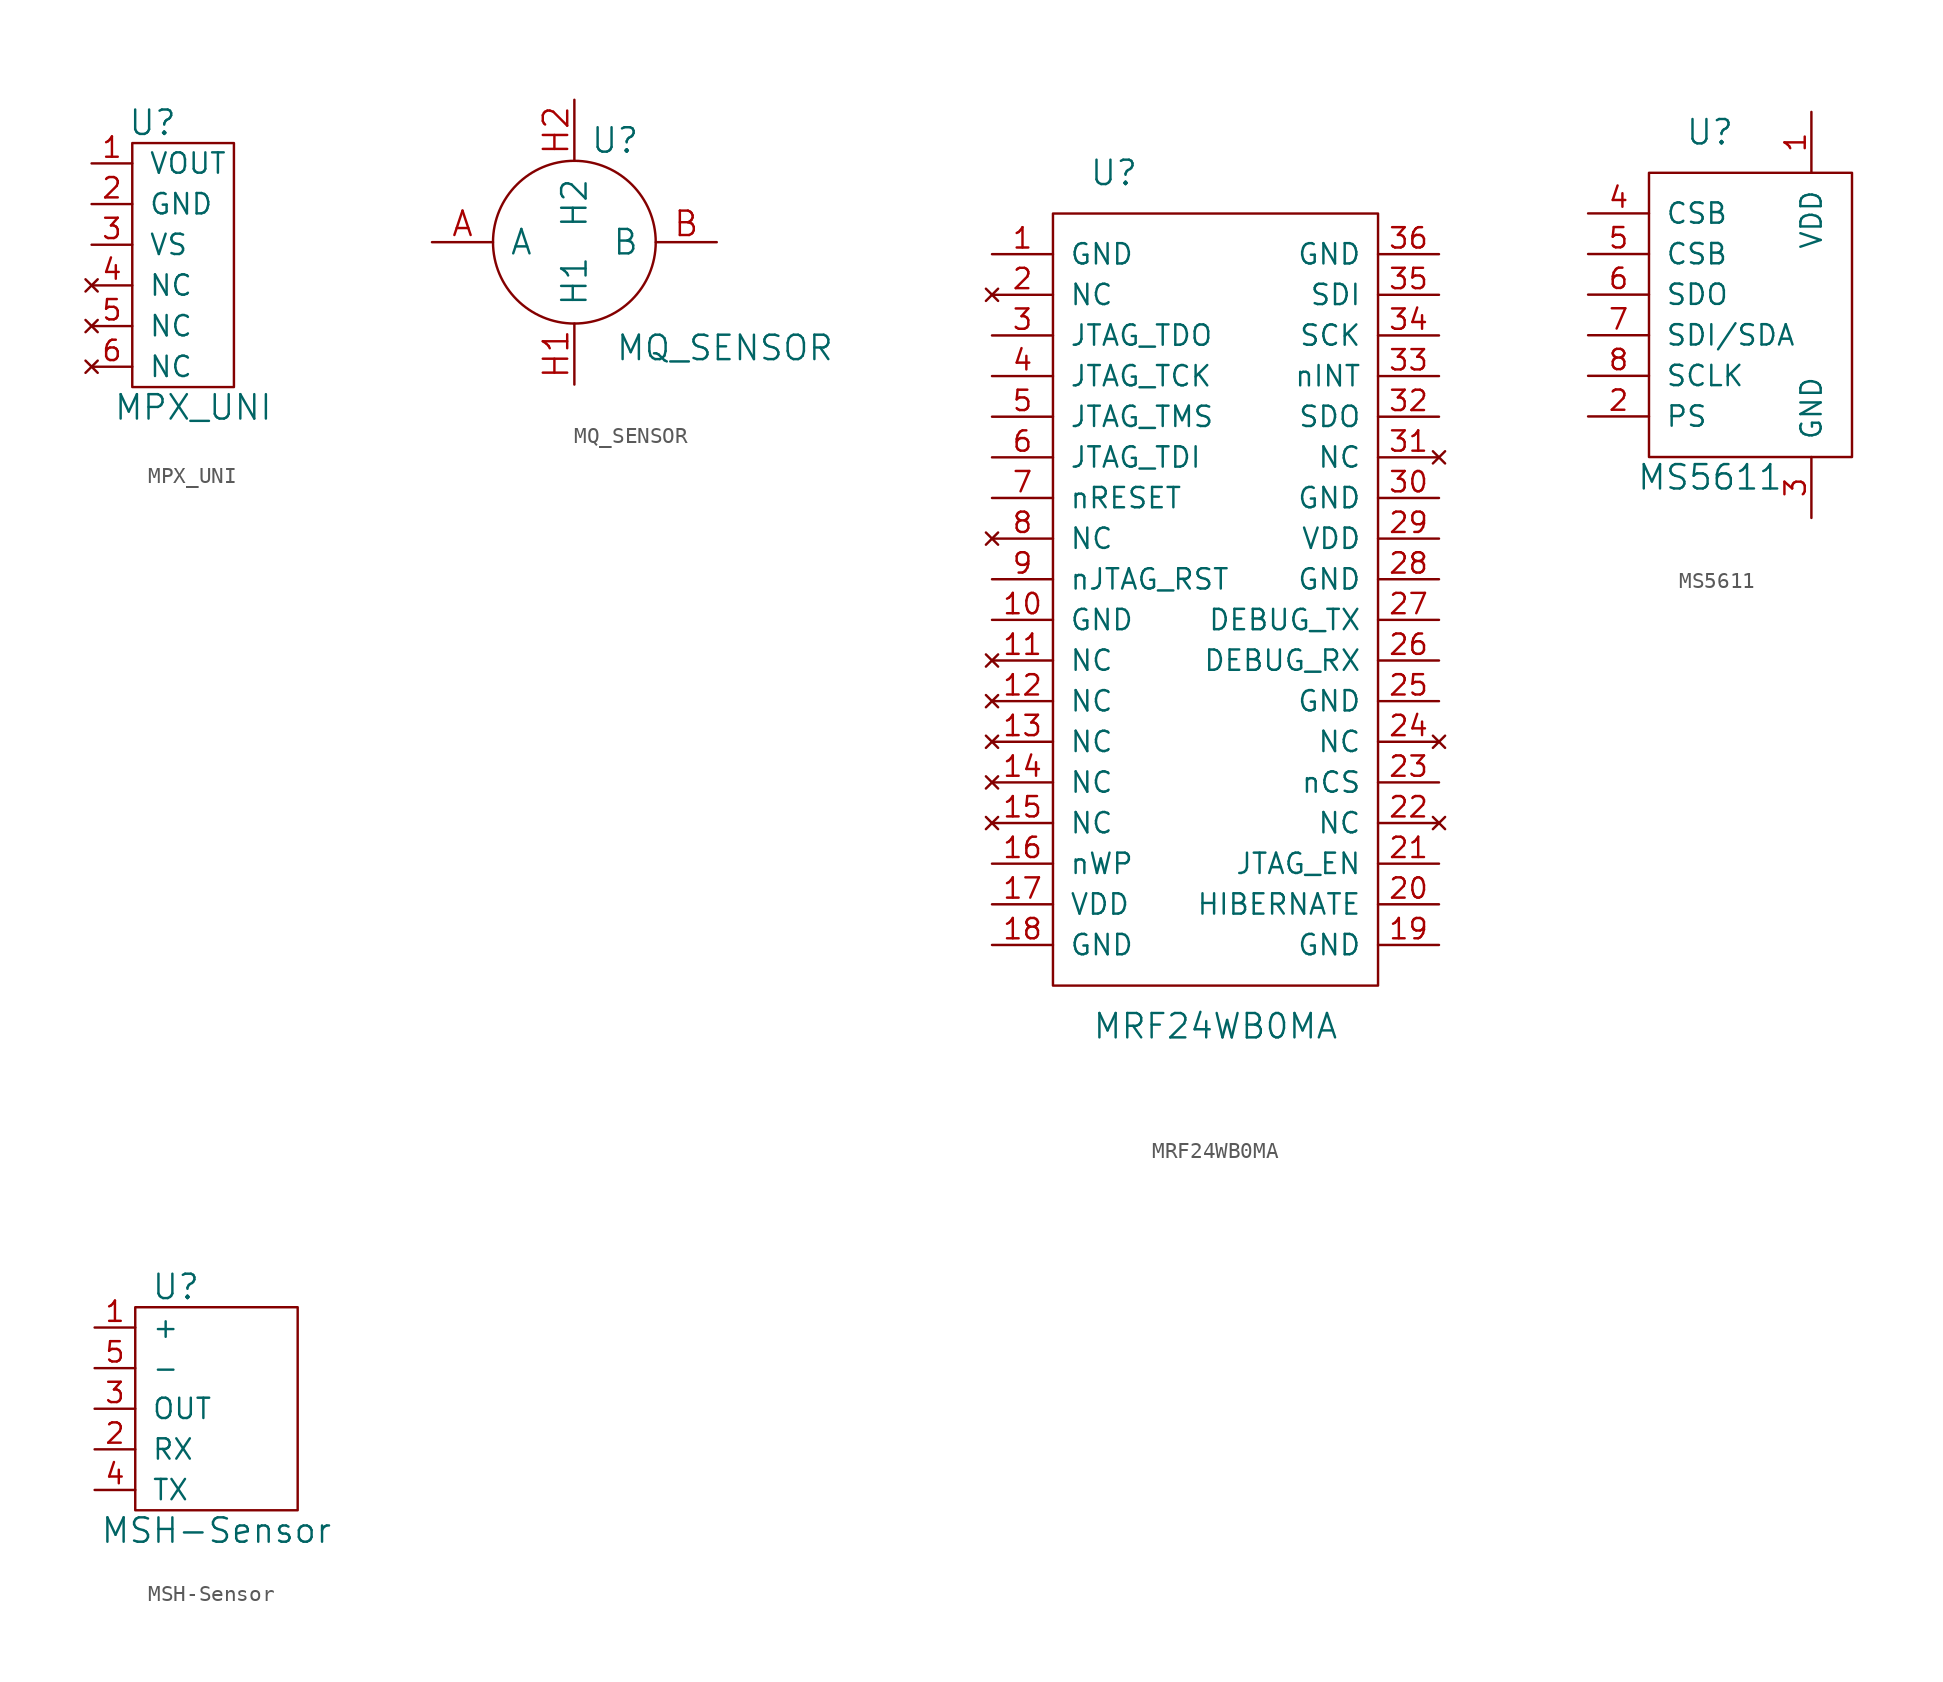
<source format=kicad_sym>
(kicad_symbol_lib
  (version 20210619)
  (generator kicad_symbol_editor)
  (symbol "tinkerforge:MPX_UNI"
    (pin_names
      (offset 1.016))
    (property "Reference" "U"
      (at 1.27 8.89 0)
      (effects (font (size 1.524 1.524))))
    (property "Value" "MPX_UNI"
      (at 3.81 -8.89 0)
      (effects (font (size 1.524 1.524))))
    (property "Footprint" ""
      (at 10.16 10.16 0)
      (effects (font (size 1.524 1.524))))
    (property "Datasheet" ""
      (at 10.16 10.16 0)
      (effects (font (size 1.524 1.524))))
    (symbol "MPX_UNI_0_1"
      (rectangle (start 0 7.62) (end 6.35 -7.62) (stroke (width 0)) (fill (type none))))
    (symbol "MPX_UNI_1_1"
      (pin passive line (at -2.54 6.35 0) (length 2.54) (name "VOUT" (effects (font (size 1.27 1.27)))) (number "1" (effects (font (size 1.27 1.27)))))
      (pin passive line (at -2.54 3.81 0) (length 2.54) (name "GND" (effects (font (size 1.27 1.27)))) (number "2" (effects (font (size 1.27 1.27)))))
      (pin passive line (at -2.54 1.27 0) (length 2.54) (name "VS" (effects (font (size 1.27 1.27)))) (number "3" (effects (font (size 1.27 1.27)))))
      (pin no_connect line (at -2.54 -1.27 0) (length 2.54) (name "NC" (effects (font (size 1.27 1.27)))) (number "4" (effects (font (size 1.27 1.27)))))
      (pin no_connect line (at -2.54 -3.81 0) (length 2.54) (name "NC" (effects (font (size 1.27 1.27)))) (number "5" (effects (font (size 1.27 1.27)))))
      (pin no_connect line (at -2.54 -6.35 0) (length 2.54) (name "NC" (effects (font (size 1.27 1.27)))) (number "6" (effects (font (size 1.27 1.27)))))))
  (symbol "tinkerforge:MQ_SENSOR"
    (pin_names
      (offset 1.016))
    (property "Reference" "U"
      (at 2.54 6.35 0)
      (effects (font (size 1.524 1.524))))
    (property "Value" "MQ_SENSOR"
      (at 9.398 -6.604 0)
      (effects (font (size 1.524 1.524))))
    (property "Footprint" ""
      (at 0 0 0)
      (effects (font (size 1.524 1.524))))
    (property "Datasheet" ""
      (at 0 0 0)
      (effects (font (size 1.524 1.524))))
    (symbol "MQ_SENSOR_0_1"
      (circle (center 0 0) (radius 5.08) (stroke (width 0)) (fill (type none))))
    (symbol "MQ_SENSOR_1_1"
      (pin passive line (at -8.89 0 0) (length 3.81) (name "A" (effects (font (size 1.524 1.524)))) (number "A" (effects (font (size 1.524 1.524)))))
      (pin passive line (at 8.89 0 180) (length 3.81) (name "B" (effects (font (size 1.524 1.524)))) (number "B" (effects (font (size 1.524 1.524)))))
      (pin passive line (at 0 -8.89 90) (length 3.81) (name "H1" (effects (font (size 1.524 1.524)))) (number "H1" (effects (font (size 1.524 1.524)))))
      (pin passive line (at 0 8.89 270) (length 3.81) (name "H2" (effects (font (size 1.524 1.524)))) (number "H2" (effects (font (size 1.524 1.524)))))))
  (symbol "tinkerforge:MRF24WB0MA"
    (pin_names
      (offset 1.016))
    (property "Reference" "U"
      (at -6.35 26.67 0)
      (effects (font (size 1.524 1.524))))
    (property "Value" "MRF24WB0MA"
      (at 0 -26.67 0)
      (effects (font (size 1.524 1.524))))
    (property "Footprint" ""
      (at 0 0 0)
      (effects (font (size 1.524 1.524))))
    (property "Datasheet" ""
      (at 0 0 0)
      (effects (font (size 1.524 1.524))))
    (symbol "MRF24WB0MA_0_1"
      (rectangle (start 10.16 -24.13) (end -10.16 24.13) (stroke (width 0)) (fill (type none))))
    (symbol "MRF24WB0MA_1_1"
      (pin passive line (at -13.97 21.59 0) (length 3.81) (name "GND" (effects (font (size 1.27 1.27)))) (number "1" (effects (font (size 1.27 1.27)))))
      (pin passive line (at -13.97 -1.27 0) (length 3.81) (name "GND" (effects (font (size 1.27 1.27)))) (number "10" (effects (font (size 1.27 1.27)))))
      (pin no_connect line (at -13.97 -3.81 0) (length 3.81) (name "NC" (effects (font (size 1.27 1.27)))) (number "11" (effects (font (size 1.27 1.27)))))
      (pin no_connect line (at -13.97 -6.35 0) (length 3.81) (name "NC" (effects (font (size 1.27 1.27)))) (number "12" (effects (font (size 1.27 1.27)))))
      (pin no_connect line (at -13.97 -8.89 0) (length 3.81) (name "NC" (effects (font (size 1.27 1.27)))) (number "13" (effects (font (size 1.27 1.27)))))
      (pin no_connect line (at -13.97 -11.43 0) (length 3.81) (name "NC" (effects (font (size 1.27 1.27)))) (number "14" (effects (font (size 1.27 1.27)))))
      (pin no_connect line (at -13.97 -13.97 0) (length 3.81) (name "NC" (effects (font (size 1.27 1.27)))) (number "15" (effects (font (size 1.27 1.27)))))
      (pin passive line (at -13.97 -16.51 0) (length 3.81) (name "nWP" (effects (font (size 1.27 1.27)))) (number "16" (effects (font (size 1.27 1.27)))))
      (pin passive line (at -13.97 -19.05 0) (length 3.81) (name "VDD" (effects (font (size 1.27 1.27)))) (number "17" (effects (font (size 1.27 1.27)))))
      (pin passive line (at -13.97 -21.59 0) (length 3.81) (name "GND" (effects (font (size 1.27 1.27)))) (number "18" (effects (font (size 1.27 1.27)))))
      (pin passive line (at 13.97 -21.59 180) (length 3.81) (name "GND" (effects (font (size 1.27 1.27)))) (number "19" (effects (font (size 1.27 1.27)))))
      (pin no_connect line (at -13.97 19.05 0) (length 3.81) (name "NC" (effects (font (size 1.27 1.27)))) (number "2" (effects (font (size 1.27 1.27)))))
      (pin passive line (at 13.97 -19.05 180) (length 3.81) (name "HIBERNATE" (effects (font (size 1.27 1.27)))) (number "20" (effects (font (size 1.27 1.27)))))
      (pin passive line (at 13.97 -16.51 180) (length 3.81) (name "JTAG_EN" (effects (font (size 1.27 1.27)))) (number "21" (effects (font (size 1.27 1.27)))))
      (pin no_connect line (at 13.97 -13.97 180) (length 3.81) (name "NC" (effects (font (size 1.27 1.27)))) (number "22" (effects (font (size 1.27 1.27)))))
      (pin passive line (at 13.97 -11.43 180) (length 3.81) (name "nCS" (effects (font (size 1.27 1.27)))) (number "23" (effects (font (size 1.27 1.27)))))
      (pin no_connect line (at 13.97 -8.89 180) (length 3.81) (name "NC" (effects (font (size 1.27 1.27)))) (number "24" (effects (font (size 1.27 1.27)))))
      (pin passive line (at 13.97 -6.35 180) (length 3.81) (name "GND" (effects (font (size 1.27 1.27)))) (number "25" (effects (font (size 1.27 1.27)))))
      (pin passive line (at 13.97 -3.81 180) (length 3.81) (name "DEBUG_RX" (effects (font (size 1.27 1.27)))) (number "26" (effects (font (size 1.27 1.27)))))
      (pin passive line (at 13.97 -1.27 180) (length 3.81) (name "DEBUG_TX" (effects (font (size 1.27 1.27)))) (number "27" (effects (font (size 1.27 1.27)))))
      (pin passive line (at 13.97 1.27 180) (length 3.81) (name "GND" (effects (font (size 1.27 1.27)))) (number "28" (effects (font (size 1.27 1.27)))))
      (pin passive line (at 13.97 3.81 180) (length 3.81) (name "VDD" (effects (font (size 1.27 1.27)))) (number "29" (effects (font (size 1.27 1.27)))))
      (pin passive line (at -13.97 16.51 0) (length 3.81) (name "JTAG_TDO" (effects (font (size 1.27 1.27)))) (number "3" (effects (font (size 1.27 1.27)))))
      (pin passive line (at 13.97 6.35 180) (length 3.81) (name "GND" (effects (font (size 1.27 1.27)))) (number "30" (effects (font (size 1.27 1.27)))))
      (pin no_connect line (at 13.97 8.89 180) (length 3.81) (name "NC" (effects (font (size 1.27 1.27)))) (number "31" (effects (font (size 1.27 1.27)))))
      (pin passive line (at 13.97 11.43 180) (length 3.81) (name "SDO" (effects (font (size 1.27 1.27)))) (number "32" (effects (font (size 1.27 1.27)))))
      (pin passive line (at 13.97 13.97 180) (length 3.81) (name "nINT" (effects (font (size 1.27 1.27)))) (number "33" (effects (font (size 1.27 1.27)))))
      (pin passive line (at 13.97 16.51 180) (length 3.81) (name "SCK" (effects (font (size 1.27 1.27)))) (number "34" (effects (font (size 1.27 1.27)))))
      (pin passive line (at 13.97 19.05 180) (length 3.81) (name "SDI" (effects (font (size 1.27 1.27)))) (number "35" (effects (font (size 1.27 1.27)))))
      (pin passive line (at 13.97 21.59 180) (length 3.81) (name "GND" (effects (font (size 1.27 1.27)))) (number "36" (effects (font (size 1.27 1.27)))))
      (pin passive line (at -13.97 13.97 0) (length 3.81) (name "JTAG_TCK" (effects (font (size 1.27 1.27)))) (number "4" (effects (font (size 1.27 1.27)))))
      (pin passive line (at -13.97 11.43 0) (length 3.81) (name "JTAG_TMS" (effects (font (size 1.27 1.27)))) (number "5" (effects (font (size 1.27 1.27)))))
      (pin passive line (at -13.97 8.89 0) (length 3.81) (name "JTAG_TDI" (effects (font (size 1.27 1.27)))) (number "6" (effects (font (size 1.27 1.27)))))
      (pin passive line (at -13.97 6.35 0) (length 3.81) (name "nRESET" (effects (font (size 1.27 1.27)))) (number "7" (effects (font (size 1.27 1.27)))))
      (pin no_connect line (at -13.97 3.81 0) (length 3.81) (name "NC" (effects (font (size 1.27 1.27)))) (number "8" (effects (font (size 1.27 1.27)))))
      (pin passive line (at -13.97 1.27 0) (length 3.81) (name "nJTAG_RST" (effects (font (size 1.27 1.27)))) (number "9" (effects (font (size 1.27 1.27)))))))
  (symbol "tinkerforge:MS5611"
    (pin_names
      (offset 1.016))
    (property "Reference" "U"
      (at -6.35 11.43 0)
      (effects (font (size 1.524 1.524))))
    (property "Value" "MS5611"
      (at -6.35 -10.16 0)
      (effects (font (size 1.524 1.524))))
    (property "Footprint" ""
      (at 0 0 0)
      (effects (font (size 1.524 1.524))))
    (property "Datasheet" ""
      (at 0 0 0)
      (effects (font (size 1.524 1.524))))
    (symbol "MS5611_0_1"
      (rectangle (start -10.16 8.89) (end 2.54 -8.89) (stroke (width 0)) (fill (type none))))
    (symbol "MS5611_1_1"
      (pin passive line (at 0 12.7 270) (length 3.81) (name "VDD" (effects (font (size 1.27 1.27)))) (number "1" (effects (font (size 1.27 1.27)))))
      (pin passive line (at -13.97 -6.35 0) (length 3.81) (name "PS" (effects (font (size 1.27 1.27)))) (number "2" (effects (font (size 1.27 1.27)))))
      (pin passive line (at 0 -12.7 90) (length 3.81) (name "GND" (effects (font (size 1.27 1.27)))) (number "3" (effects (font (size 1.27 1.27)))))
      (pin passive line (at -13.97 6.35 0) (length 3.81) (name "CSB" (effects (font (size 1.27 1.27)))) (number "4" (effects (font (size 1.27 1.27)))))
      (pin passive line (at -13.97 3.81 0) (length 3.81) (name "CSB" (effects (font (size 1.27 1.27)))) (number "5" (effects (font (size 1.27 1.27)))))
      (pin passive line (at -13.97 1.27 0) (length 3.81) (name "SDO" (effects (font (size 1.27 1.27)))) (number "6" (effects (font (size 1.27 1.27)))))
      (pin passive line (at -13.97 -1.27 0) (length 3.81) (name "SDI/SDA" (effects (font (size 1.27 1.27)))) (number "7" (effects (font (size 1.27 1.27)))))
      (pin passive line (at -13.97 -3.81 0) (length 3.81) (name "SCLK" (effects (font (size 1.27 1.27)))) (number "8" (effects (font (size 1.27 1.27)))))))
  (symbol "tinkerforge:MSH-Sensor"
    (pin_names
      (offset 1.016))
    (property "Reference" "U"
      (at -2.54 7.62 0)
      (effects (font (size 1.524 1.524))))
    (property "Value" "MSH-Sensor"
      (at 0 -7.62 0)
      (effects (font (size 1.524 1.524))))
    (property "Footprint" ""
      (at 0 0 0)
      (effects (font (size 1.524 1.524))))
    (property "Datasheet" ""
      (at 0 0 0)
      (effects (font (size 1.524 1.524))))
    (symbol "MSH-Sensor_0_1"
      (rectangle (start -5.08 6.35) (end 5.08 -6.35) (stroke (width 0)) (fill (type none))))
    (symbol "MSH-Sensor_1_1"
      (pin input line (at -7.62 5.08 0) (length 2.54) (name "+" (effects (font (size 1.27 1.27)))) (number "1" (effects (font (size 1.27 1.27)))))
      (pin input line (at -7.62 -2.54 0) (length 2.54) (name "RX" (effects (font (size 1.27 1.27)))) (number "2" (effects (font (size 1.27 1.27)))))
      (pin input line (at -7.62 0 0) (length 2.54) (name "OUT" (effects (font (size 1.27 1.27)))) (number "3" (effects (font (size 1.27 1.27)))))
      (pin input line (at -7.62 -5.08 0) (length 2.54) (name "TX" (effects (font (size 1.27 1.27)))) (number "4" (effects (font (size 1.27 1.27)))))
      (pin input line (at -7.62 2.54 0) (length 2.54) (name "-" (effects (font (size 1.27 1.27)))) (number "5" (effects (font (size 1.27 1.27))))))))
</source>
